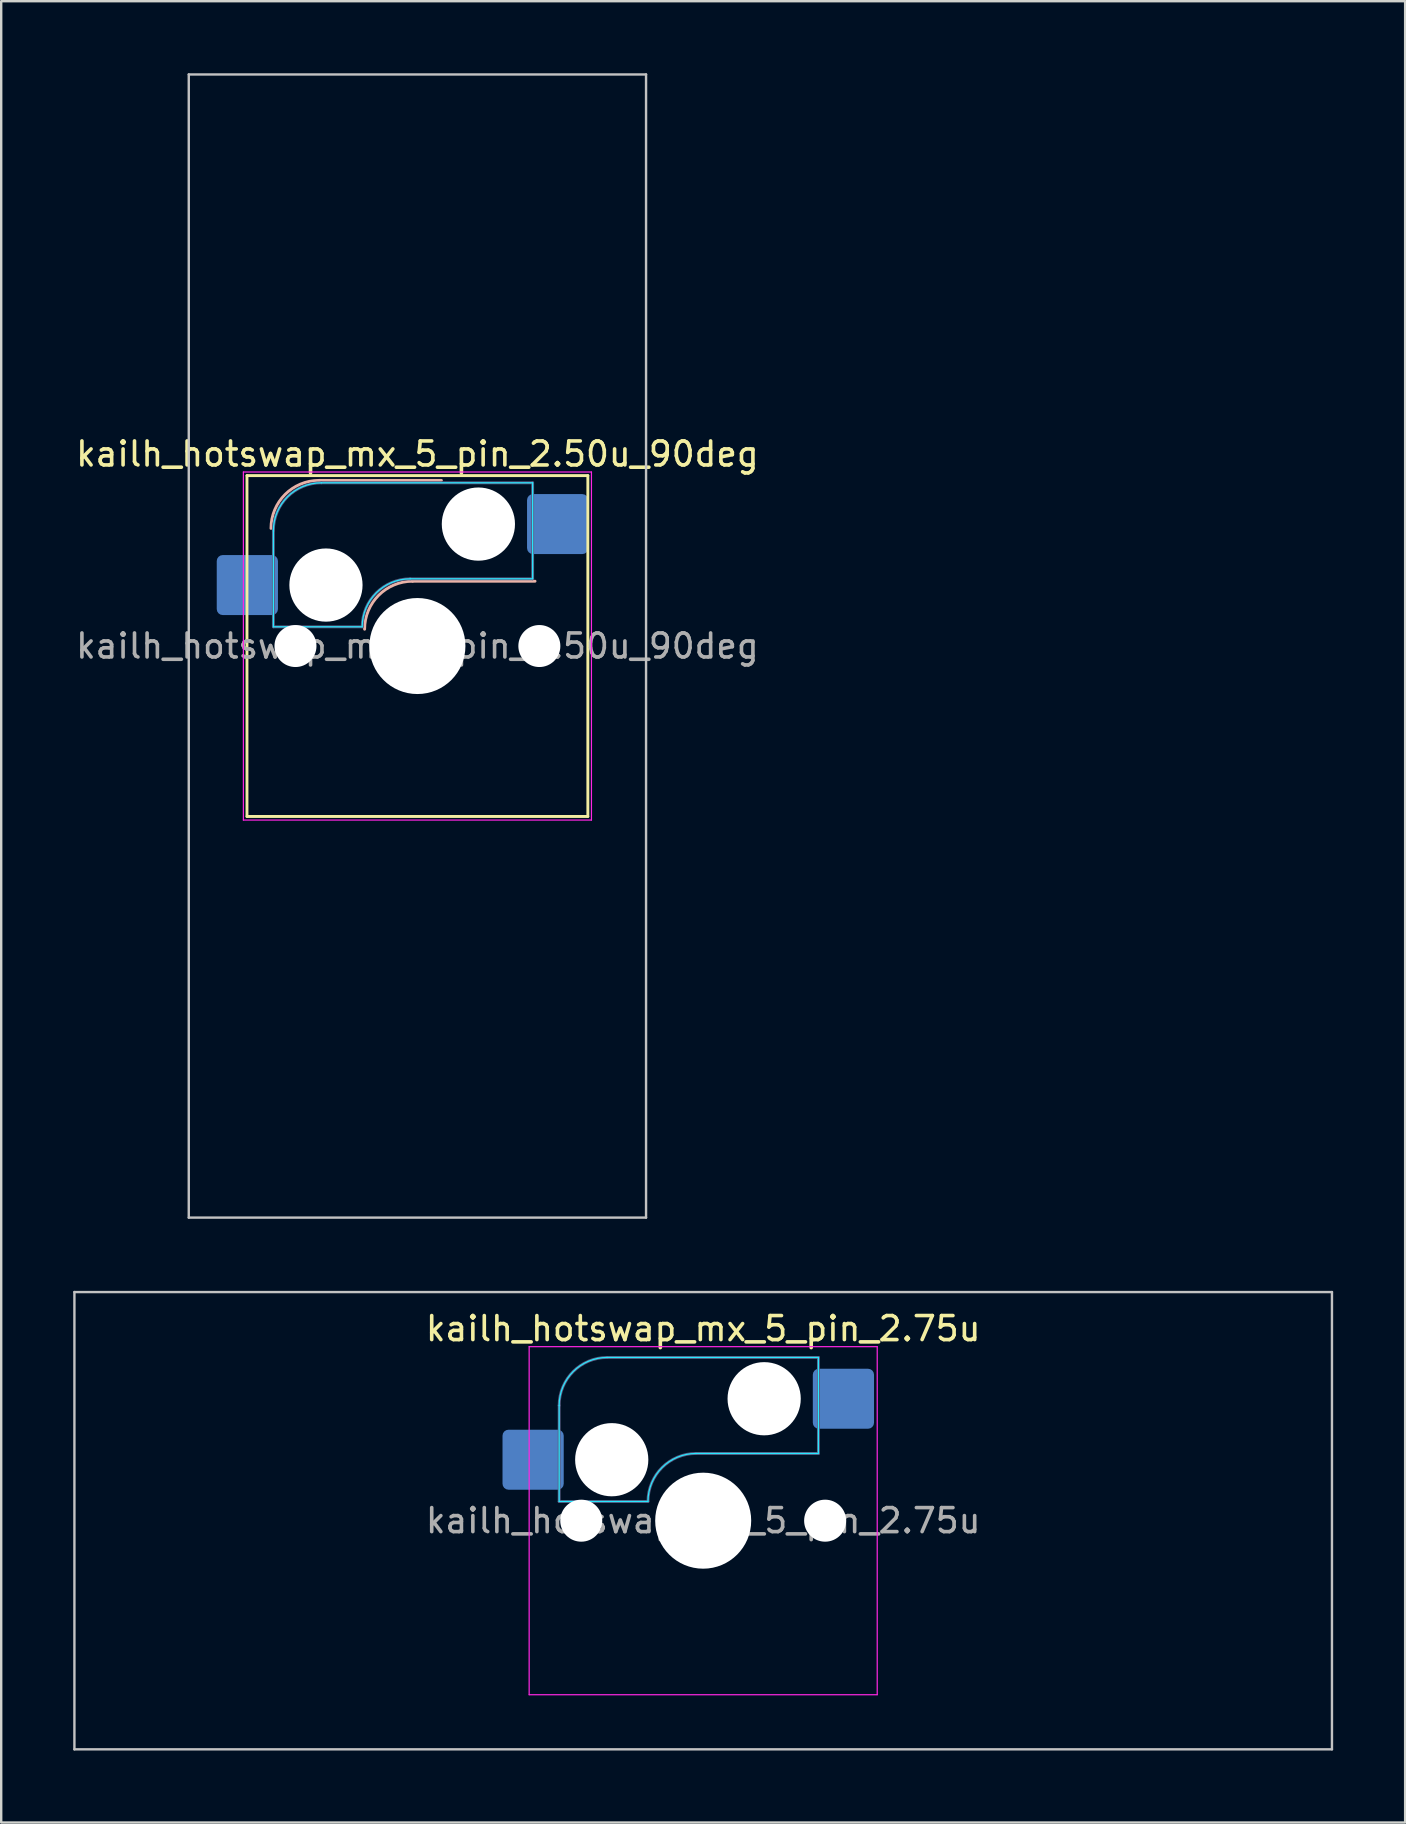
<source format=kicad_pcb>
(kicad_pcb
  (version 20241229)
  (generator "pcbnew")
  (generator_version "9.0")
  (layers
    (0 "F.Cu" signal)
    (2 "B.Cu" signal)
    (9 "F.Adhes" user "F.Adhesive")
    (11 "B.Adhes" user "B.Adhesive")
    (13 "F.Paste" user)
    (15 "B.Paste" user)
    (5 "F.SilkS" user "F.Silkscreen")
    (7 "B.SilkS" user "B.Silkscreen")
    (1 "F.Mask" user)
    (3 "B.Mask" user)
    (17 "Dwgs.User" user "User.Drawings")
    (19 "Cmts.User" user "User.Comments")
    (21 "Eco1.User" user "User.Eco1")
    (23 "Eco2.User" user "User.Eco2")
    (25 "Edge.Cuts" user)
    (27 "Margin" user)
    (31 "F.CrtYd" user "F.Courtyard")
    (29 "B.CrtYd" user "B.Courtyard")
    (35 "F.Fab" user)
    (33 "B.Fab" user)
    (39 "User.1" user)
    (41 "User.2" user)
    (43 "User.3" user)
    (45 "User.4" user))
  (footprint "kailh_hotswap_mx_5_pin_2.75u"
    (layer "F.Cu")
    (at 26.244 60.3)
    (property "Reference" "kailh_hotswap_mx_5_pin_2.75u" (at 0 -8 0) (layer "F.SilkS") (effects (font (size 1 1) (thickness 0.15))))
    (attr smd)
    (fp_line (start -26.194 -9.525) (end -26.194 9.525) (stroke (width 0.1) (type solid)) (layer "Dwgs.User"))
    (fp_line (start -26.194 9.525) (end 26.194 9.525) (stroke (width 0.1) (type solid)) (layer "Dwgs.User"))
    (fp_line (start 26.194 -9.525) (end -26.194 -9.525) (stroke (width 0.1) (type solid)) (layer "Dwgs.User"))
    (fp_line (start 26.194 9.525) (end 26.194 -9.525) (stroke (width 0.1) (type solid)) (layer "Dwgs.User"))
    (fp_line (start -16.1 -2.1) (end -16.1 0.3) (stroke (width 0.1) (type solid)) (layer "Eco2.User"))
    (fp_line (start -15.9 -2.3) (end -15.4 -2.3) (stroke (width 0.1) (type solid)) (layer "Eco2.User"))
    (fp_line (start -15.9 0.5) (end -15.4 0.5) (stroke (width 0.1) (type solid)) (layer "Eco2.User"))
    (fp_line (start -15.4 -5) (end -15.4 -2.3) (stroke (width 0.1) (type solid)) (layer "Eco2.User"))
    (fp_line (start -15.4 0.5) (end -15.4 6.5) (stroke (width 0.1) (type solid)) (layer "Eco2.User"))
    (fp_line (start -14.9 -5.5) (end -9.15 -5.5) (stroke (width 0.1) (type solid)) (layer "Eco2.User"))
    (fp_line (start -14.9 7) (end -14.175 7) (stroke (width 0.1) (type solid)) (layer "Eco2.User"))
    (fp_line (start -13.175 8) (end -10.875 8) (stroke (width 0.1) (type solid)) (layer "Eco2.User"))
    (fp_line (start -9.875 7) (end -9.15 7) (stroke (width 0.1) (type solid)) (layer "Eco2.User"))
    (fp_line (start -8.15 -4.5) (end -7.5 -4.5) (stroke (width 0.1) (type solid)) (layer "Eco2.User"))
    (fp_line (start -8.15 6) (end -7.5 6) (stroke (width 0.1) (type solid)) (layer "Eco2.User"))
    (fp_line (start -7 -6.5) (end -7 -5) (stroke (width 0.1) (type solid)) (layer "Eco2.User"))
    (fp_line (start -6.5 -7) (end 6.5 -7) (stroke (width 0.1) (type solid)) (layer "Eco2.User"))
    (fp_line (start -6.5 7) (end 6.5 7) (stroke (width 0.1) (type solid)) (layer "Eco2.User"))
    (fp_line (start 7 -6.5) (end 7 -5) (stroke (width 0.1) (type solid)) (layer "Eco2.User"))
    (fp_line (start 8.15 -4.5) (end 7.5 -4.5) (stroke (width 0.1) (type solid)) (layer "Eco2.User"))
    (fp_line (start 8.15 6) (end 7.5 6) (stroke (width 0.1) (type solid)) (layer "Eco2.User"))
    (fp_line (start 9.875 7) (end 9.15 7) (stroke (width 0.1) (type solid)) (layer "Eco2.User"))
    (fp_line (start 13.175 8) (end 10.875 8) (stroke (width 0.1) (type solid)) (layer "Eco2.User"))
    (fp_line (start 14.9 -5.5) (end 9.15 -5.5) (stroke (width 0.1) (type solid)) (layer "Eco2.User"))
    (fp_line (start 14.9 7) (end 14.175 7) (stroke (width 0.1) (type solid)) (layer "Eco2.User"))
    (fp_line (start 15.4 -5) (end 15.4 -2.3) (stroke (width 0.1) (type solid)) (layer "Eco2.User"))
    (fp_line (start 15.4 0.5) (end 15.4 6.5) (stroke (width 0.1) (type solid)) (layer "Eco2.User"))
    (fp_line (start 15.9 -2.3) (end 15.4 -2.3) (stroke (width 0.1) (type solid)) (layer "Eco2.User"))
    (fp_line (start 15.9 0.5) (end 15.4 0.5) (stroke (width 0.1) (type solid)) (layer "Eco2.User"))
    (fp_line (start 16.1 -2.1) (end 16.1 0.3) (stroke (width 0.1) (type solid)) (layer "Eco2.User"))
    (fp_arc (start -16.1 -2.1) (mid -16.041421 -2.241421) (end -15.9 -2.3) (stroke (width 0.1) (type solid)) (layer "Eco2.User"))
    (fp_arc (start -15.9 0.5) (mid -16.041421 0.441421) (end -16.1 0.3) (stroke (width 0.1) (type solid)) (layer "Eco2.User"))
    (fp_arc (start -15.4 -5) (mid -15.253553 -5.353553) (end -14.9 -5.5) (stroke (width 0.1) (type solid)) (layer "Eco2.User"))
    (fp_arc (start -14.9 7) (mid -15.253553 6.853553) (end -15.4 6.5) (stroke (width 0.1) (type solid)) (layer "Eco2.User"))
    (fp_arc (start -14.175 7) (mid -13.821447 7.146447) (end -13.675 7.5) (stroke (width 0.1) (type solid)) (layer "Eco2.User"))
    (fp_arc (start -13.175 8) (mid -13.528553 7.853553) (end -13.675 7.5) (stroke (width 0.1) (type solid)) (layer "Eco2.User"))
    (fp_arc (start -10.375 7.5) (mid -10.521447 7.853553) (end -10.875 8) (stroke (width 0.1) (type solid)) (layer "Eco2.User"))
    (fp_arc (start -10.375 7.5) (mid -10.228553 7.146447) (end -9.875 7) (stroke (width 0.1) (type solid)) (layer "Eco2.User"))
    (fp_arc (start -9.15 -5.5) (mid -8.796447 -5.353553) (end -8.65 -5) (stroke (width 0.1) (type solid)) (layer "Eco2.User"))
    (fp_arc (start -8.65 6.5) (mid -8.796447 6.853553) (end -9.15 7) (stroke (width 0.1) (type solid)) (layer "Eco2.User"))
    (fp_arc (start -8.65 6.5) (mid -8.503553 6.146447) (end -8.15 6) (stroke (width 0.1) (type solid)) (layer "Eco2.User"))
    (fp_arc (start -8.15 -4.5) (mid -8.503553 -4.646447) (end -8.65 -5) (stroke (width 0.1) (type solid)) (layer "Eco2.User"))
    (fp_arc (start -7.5 6) (mid -7.146447 6.146447) (end -7 6.5) (stroke (width 0.1) (type solid)) (layer "Eco2.User"))
    (fp_arc (start -7 -6.5) (mid -6.853553 -6.853553) (end -6.5 -7) (stroke (width 0.1) (type solid)) (layer "Eco2.User"))
    (fp_arc (start -7 -5) (mid -7.146447 -4.646447) (end -7.5 -4.5) (stroke (width 0.1) (type solid)) (layer "Eco2.User"))
    (fp_arc (start -6.5 7) (mid -6.853553 6.853553) (end -7 6.5) (stroke (width 0.1) (type solid)) (layer "Eco2.User"))
    (fp_arc (start 6.5 -7) (mid 6.853553 -6.853553) (end 7 -6.5) (stroke (width 0.1) (type solid)) (layer "Eco2.User"))
    (fp_arc (start 7 6.5) (mid 6.853553 6.853553) (end 6.5 7) (stroke (width 0.1) (type solid)) (layer "Eco2.User"))
    (fp_arc (start 7 6.5) (mid 7.146447 6.146447) (end 7.5 6) (stroke (width 0.1) (type solid)) (layer "Eco2.User"))
    (fp_arc (start 7.5 -4.5) (mid 7.146447 -4.646447) (end 7 -5) (stroke (width 0.1) (type solid)) (layer "Eco2.User"))
    (fp_arc (start 8.15 6) (mid 8.503553 6.146447) (end 8.65 6.5) (stroke (width 0.1) (type solid)) (layer "Eco2.User"))
    (fp_arc (start 8.65 -5) (mid 8.503553 -4.646447) (end 8.15 -4.5) (stroke (width 0.1) (type solid)) (layer "Eco2.User"))
    (fp_arc (start 8.65 -5) (mid 8.796447 -5.353553) (end 9.15 -5.5) (stroke (width 0.1) (type solid)) (layer "Eco2.User"))
    (fp_arc (start 9.15 7) (mid 8.796447 6.853553) (end 8.65 6.5) (stroke (width 0.1) (type solid)) (layer "Eco2.User"))
    (fp_arc (start 9.875 7) (mid 10.228553 7.146447) (end 10.375 7.5) (stroke (width 0.1) (type solid)) (layer "Eco2.User"))
    (fp_arc (start 10.875 8) (mid 10.521447 7.853553) (end 10.375 7.5) (stroke (width 0.1) (type solid)) (layer "Eco2.User"))
    (fp_arc (start 13.675 7.5) (mid 13.528553 7.853553) (end 13.175 8) (stroke (width 0.1) (type solid)) (layer "Eco2.User"))
    (fp_arc (start 13.675 7.5) (mid 13.821447 7.146447) (end 14.175 7) (stroke (width 0.1) (type solid)) (layer "Eco2.User"))
    (fp_arc (start 14.9 -5.5) (mid 15.253553 -5.353553) (end 15.4 -5) (stroke (width 0.1) (type solid)) (layer "Eco2.User"))
    (fp_arc (start 15.4 6.5) (mid 15.253553 6.853553) (end 14.9 7) (stroke (width 0.1) (type solid)) (layer "Eco2.User"))
    (fp_arc (start 15.9 -2.3) (mid 16.041421 -2.241421) (end 16.1 -2.1) (stroke (width 0.1) (type solid)) (layer "Eco2.User"))
    (fp_arc (start 16.1 0.3) (mid 16.041421 0.441421) (end 15.9 0.5) (stroke (width 0.1) (type solid)) (layer "Eco2.User"))
    (fp_line (start -6 -0.8) (end -6 -4.8) (stroke (width 0.05) (type solid)) (layer "B.CrtYd"))
    (fp_line (start -6 -0.8) (end -2.3 -0.8) (stroke (width 0.05) (type solid)) (layer "B.CrtYd"))
    (fp_line (start -4 -6.8) (end 4.8 -6.8) (stroke (width 0.05) (type solid)) (layer "B.CrtYd"))
    (fp_line (start -0.3 -2.8) (end 4.8 -2.8) (stroke (width 0.05) (type solid)) (layer "B.CrtYd"))
    (fp_line (start 4.8 -6.8) (end 4.8 -2.8) (stroke (width 0.05) (type solid)) (layer "B.CrtYd"))
    (fp_arc (start -6 -4.8) (mid -5.414214 -6.214214) (end -4 -6.8) (stroke (width 0.05) (type solid)) (layer "B.CrtYd"))
    (fp_arc (start -2.3 -0.8) (mid -1.714214 -2.214214) (end -0.3 -2.8) (stroke (width 0.05) (type solid)) (layer "B.CrtYd"))
    (fp_line (start -7.25 -7.25) (end -7.25 7.25) (stroke (width 0.05) (type solid)) (layer "F.CrtYd"))
    (fp_line (start -7.25 7.25) (end 7.25 7.25) (stroke (width 0.05) (type solid)) (layer "F.CrtYd"))
    (fp_line (start 7.25 -7.25) (end -7.25 -7.25) (stroke (width 0.05) (type solid)) (layer "F.CrtYd"))
    (fp_line (start 7.25 7.25) (end 7.25 -7.25) (stroke (width 0.05) (type solid)) (layer "F.CrtYd"))
    (fp_line (start -6 -0.8) (end -6 -4.8) (stroke (width 0.12) (type solid)) (layer "B.Fab"))
    (fp_line (start -6 -0.8) (end -2.3 -0.8) (stroke (width 0.12) (type solid)) (layer "B.Fab"))
    (fp_line (start -4 -6.8) (end 4.8 -6.8) (stroke (width 0.12) (type solid)) (layer "B.Fab"))
    (fp_line (start -0.3 -2.8) (end 4.8 -2.8) (stroke (width 0.12) (type solid)) (layer "B.Fab"))
    (fp_line (start 4.8 -6.8) (end 4.8 -2.8) (stroke (width 0.12) (type solid)) (layer "B.Fab"))
    (fp_arc (start -6 -4.8) (mid -5.414214 -6.214214) (end -4 -6.8) (stroke (width 0.12) (type solid)) (layer "B.Fab"))
    (fp_arc (start -2.3 -0.8) (mid -1.714214 -2.214214) (end -0.3 -2.8) (stroke (width 0.12) (type solid)) (layer "B.Fab"))
    (fp_text user "${REFERENCE}" (at 0 0 0) (layer "F.Fab") (effects (font (size 1 1) (thickness 0.15))))
    (pad "" np_thru_hole circle (at -5.08 0) (size 1.75 1.75) (drill 1.75) (layers "*.Cu" "*.Mask"))
    (pad "" np_thru_hole circle (at -3.81 -2.54) (size 3.05 3.05) (drill 3.05) (layers "*.Cu" "*.Mask"))
    (pad "" np_thru_hole circle (at 0 0) (size 4 4) (drill 4) (layers "*.Cu" "*.Mask"))
    (pad "" np_thru_hole circle (at 2.54 -5.08) (size 3.05 3.05) (drill 3.05) (layers "*.Cu" "*.Mask"))
    (pad "" np_thru_hole circle (at 5.08 0) (size 1.75 1.75) (drill 1.75) (layers "*.Cu" "*.Mask"))
    (pad "1" smd roundrect (at -7.085 -2.54) (size 2.55 2.5) (layers "B.Cu" "B.Mask" "B.Paste") (roundrect_rratio 0.1))
    (pad "2" smd roundrect (at 5.842 -5.08) (size 2.55 2.5) (layers "B.Cu" "B.Mask" "B.Paste") (roundrect_rratio 0.1)))
  (footprint "kailh_hotswap_mx_5_pin_2.50u_90deg"
    (layer "F.Cu")
    (at 14.339 23.863)
    (property "Reference" "kailh_hotswap_mx_5_pin_2.50u_90deg" (at 0 -8 0) (layer "F.SilkS") (effects (font (size 1 1) (thickness 0.15))))
    (attr smd)
    (fp_line (start -7.1 -7.1) (end -7.1 7.1) (stroke (width 0.12) (type solid)) (layer "F.SilkS"))
    (fp_line (start -7.1 7.1) (end 7.1 7.1) (stroke (width 0.12) (type solid)) (layer "F.SilkS"))
    (fp_line (start 7.1 -7.1) (end -7.1 -7.1) (stroke (width 0.12) (type solid)) (layer "F.SilkS"))
    (fp_line (start 7.1 7.1) (end 7.1 -7.1) (stroke (width 0.12) (type solid)) (layer "F.SilkS"))
    (fp_line (start -4.1 -6.9) (end 1 -6.9) (stroke (width 0.12) (type solid)) (layer "B.SilkS"))
    (fp_line (start -0.2 -2.7) (end 4.9 -2.7) (stroke (width 0.12) (type solid)) (layer "B.SilkS"))
    (fp_arc (start -6.1 -4.9) (mid -5.514214 -6.314214) (end -4.1 -6.9) (stroke (width 0.12) (type solid)) (layer "B.SilkS"))
    (fp_arc (start -2.2 -0.7) (mid -1.614214 -2.114214) (end -0.2 -2.7) (stroke (width 0.12) (type solid)) (layer "B.SilkS"))
    (fp_line (start -9.525 -23.812) (end 9.525 -23.812) (stroke (width 0.1) (type solid)) (layer "Dwgs.User"))
    (fp_line (start -9.525 23.812) (end -9.525 -23.812) (stroke (width 0.1) (type solid)) (layer "Dwgs.User"))
    (fp_line (start 9.525 -23.812) (end 9.525 23.812) (stroke (width 0.1) (type solid)) (layer "Dwgs.User"))
    (fp_line (start 9.525 23.812) (end -9.525 23.812) (stroke (width 0.1) (type solid)) (layer "Dwgs.User"))
    (fp_line (start -6 -0.8) (end -6 -4.8) (stroke (width 0.05) (type solid)) (layer "B.CrtYd"))
    (fp_line (start -6 -0.8) (end -2.3 -0.8) (stroke (width 0.05) (type solid)) (layer "B.CrtYd"))
    (fp_line (start -4 -6.8) (end 4.8 -6.8) (stroke (width 0.05) (type solid)) (layer "B.CrtYd"))
    (fp_line (start -0.3 -2.8) (end 4.8 -2.8) (stroke (width 0.05) (type solid)) (layer "B.CrtYd"))
    (fp_line (start 4.8 -6.8) (end 4.8 -2.8) (stroke (width 0.05) (type solid)) (layer "B.CrtYd"))
    (fp_arc (start -6 -4.8) (mid -5.414214 -6.214214) (end -4 -6.8) (stroke (width 0.05) (type solid)) (layer "B.CrtYd"))
    (fp_arc (start -2.3 -0.8) (mid -1.714214 -2.214214) (end -0.3 -2.8) (stroke (width 0.05) (type solid)) (layer "B.CrtYd"))
    (fp_line (start -7.25 -7.25) (end -7.25 7.25) (stroke (width 0.05) (type solid)) (layer "F.CrtYd"))
    (fp_line (start -7.25 7.25) (end 7.25 7.25) (stroke (width 0.05) (type solid)) (layer "F.CrtYd"))
    (fp_line (start 7.25 -7.25) (end -7.25 -7.25) (stroke (width 0.05) (type solid)) (layer "F.CrtYd"))
    (fp_line (start 7.25 7.25) (end 7.25 -7.25) (stroke (width 0.05) (type solid)) (layer "F.CrtYd"))
    (fp_line (start -6 -0.8) (end -6 -4.8) (stroke (width 0.12) (type solid)) (layer "B.Fab"))
    (fp_line (start -6 -0.8) (end -2.3 -0.8) (stroke (width 0.12) (type solid)) (layer "B.Fab"))
    (fp_line (start -4 -6.8) (end 4.8 -6.8) (stroke (width 0.12) (type solid)) (layer "B.Fab"))
    (fp_line (start -0.3 -2.8) (end 4.8 -2.8) (stroke (width 0.12) (type solid)) (layer "B.Fab"))
    (fp_line (start 4.8 -6.8) (end 4.8 -2.8) (stroke (width 0.12) (type solid)) (layer "B.Fab"))
    (fp_arc (start -6 -4.8) (mid -5.414214 -6.214214) (end -4 -6.8) (stroke (width 0.12) (type solid)) (layer "B.Fab"))
    (fp_arc (start -2.3 -0.8) (mid -1.714214 -2.214214) (end -0.3 -2.8) (stroke (width 0.12) (type solid)) (layer "B.Fab"))
    (fp_text user "${REFERENCE}" (at 0 0 0) (layer "F.Fab") (effects (font (size 1 1) (thickness 0.15))))
    (pad "" np_thru_hole circle (at -5.08 0) (size 1.75 1.75) (drill 1.75) (layers "*.Cu" "*.Mask"))
    (pad "" np_thru_hole circle (at -3.81 -2.54) (size 3.05 3.05) (drill 3.05) (layers "*.Cu" "*.Mask"))
    (pad "" np_thru_hole circle (at 0 0) (size 4 4) (drill 4) (layers "*.Cu" "*.Mask"))
    (pad "" np_thru_hole circle (at 2.54 -5.08) (size 3.05 3.05) (drill 3.05) (layers "*.Cu" "*.Mask"))
    (pad "" np_thru_hole circle (at 5.08 0) (size 1.75 1.75) (drill 1.75) (layers "*.Cu" "*.Mask"))
    (pad "1" smd roundrect (at -7.085 -2.54) (size 2.55 2.5) (layers "B.Cu" "B.Mask" "B.Paste") (roundrect_rratio 0.1))
    (pad "2" smd roundrect (at 5.842 -5.08) (size 2.55 2.5) (layers "B.Cu" "B.Mask" "B.Paste") (roundrect_rratio 0.1)))
  (gr_rect
    (start -3 -3)
    (end 55.487 72.875)
    (stroke (width 0.1) (type default))
    (fill no)
    (layer "Edge.Cuts")))
</source>
